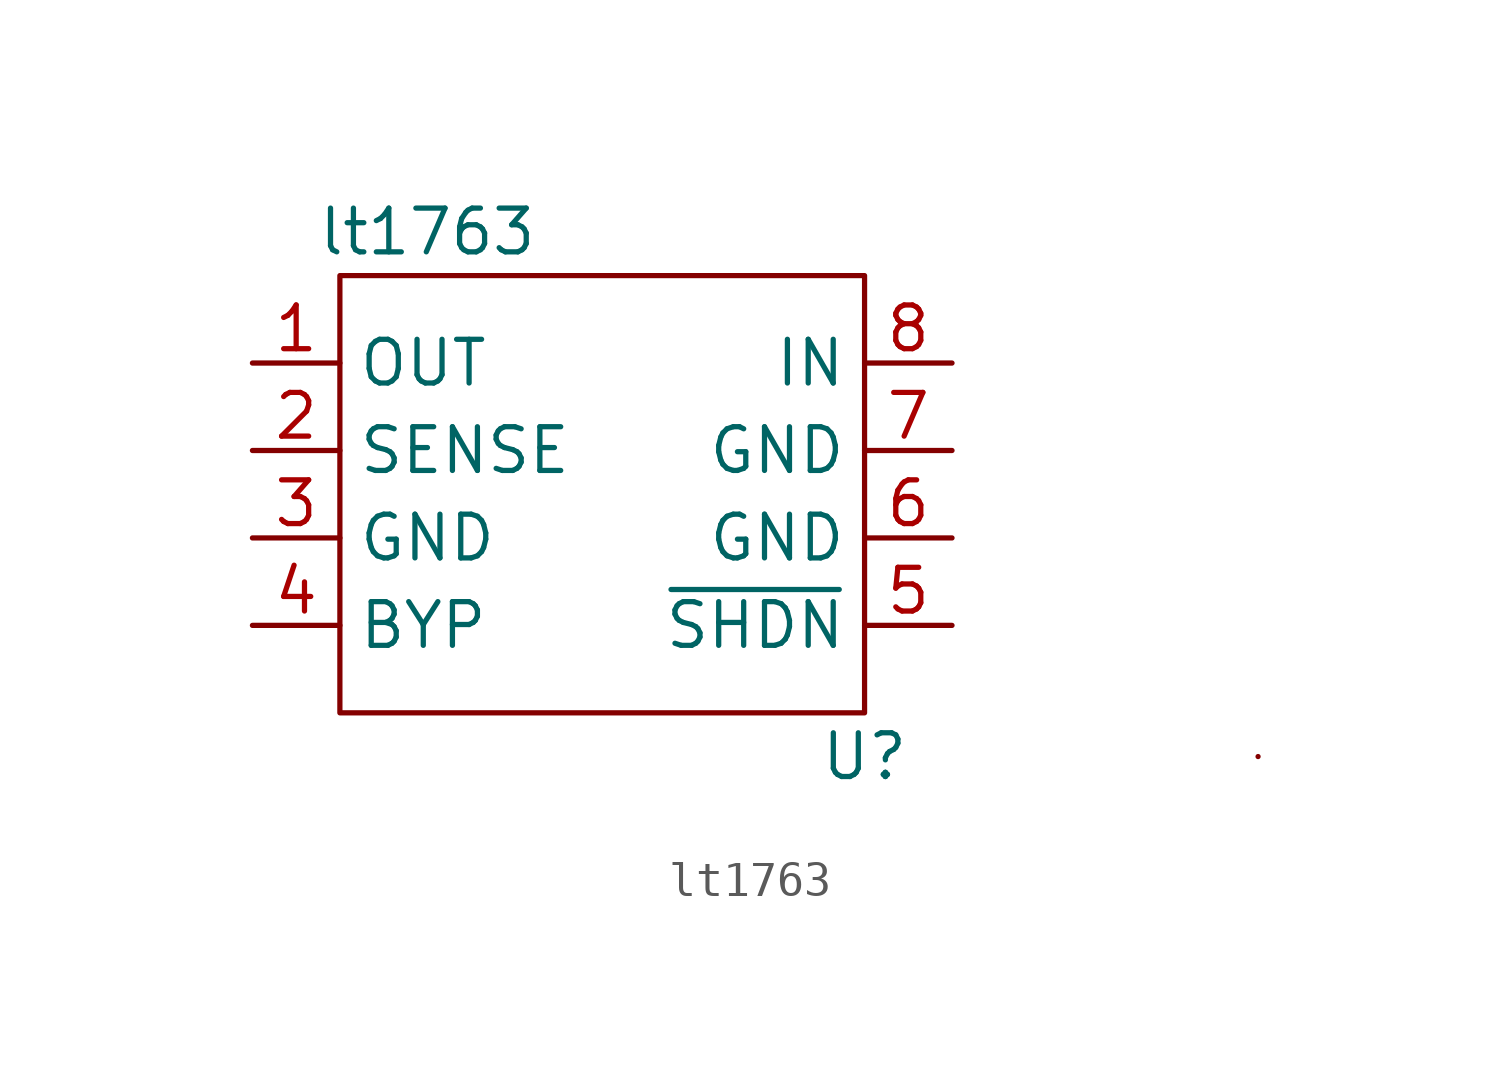
<source format=kicad_sym>
(kicad_symbol_lib
  (version 20201005)
  (generator kicad_symbol_editor)
  (symbol "lt1763:lt1763"
    (property "Reference" "U"
      (at 7.62 -7.62 0)
      (effects (font (size 1.27 1.27))))
    (property "Value" "lt1763"
      (at -5.08 7.62 0)
      (effects (font (size 1.27 1.27))))
    (symbol "lt1763_0_1"
      (rectangle (start -7.62 6.35) (end 7.62 -6.35) (stroke (width 0.152)) (fill (type none)))
      (rectangle (start 19.05 -7.62) (end 19.05 -7.62) (stroke (width 0.152)) (fill (type none))))
    (symbol "lt1763_1_1"
      (pin input line (at -10.16 3.81 0) (length 2.54) (name "OUT" (effects (font (size 1.27 1.27)))) (number "1" (effects (font (size 1.27 1.27)))))
      (pin input line (at -10.16 1.27 0) (length 2.54) (name "SENSE" (effects (font (size 1.27 1.27)))) (number "2" (effects (font (size 1.27 1.27)))))
      (pin input line (at -10.16 -1.27 0) (length 2.54) (name "GND" (effects (font (size 1.27 1.27)))) (number "3" (effects (font (size 1.27 1.27)))))
      (pin input line (at -10.16 -3.81 0) (length 2.54) (name "BYP" (effects (font (size 1.27 1.27)))) (number "4" (effects (font (size 1.27 1.27)))))
      (pin input line (at 10.16 -3.81 180) (length 2.54) (name "~SHDN" (effects (font (size 1.27 1.27)))) (number "5" (effects (font (size 1.27 1.27)))))
      (pin input line (at 10.16 -1.27 180) (length 2.54) (name "GND" (effects (font (size 1.27 1.27)))) (number "6" (effects (font (size 1.27 1.27)))))
      (pin input line (at 10.16 1.27 180) (length 2.54) (name "GND" (effects (font (size 1.27 1.27)))) (number "7" (effects (font (size 1.27 1.27)))))
      (pin input line (at 10.16 3.81 180) (length 2.54) (name "IN" (effects (font (size 1.27 1.27)))) (number "8" (effects (font (size 1.27 1.27))))))))
</source>
